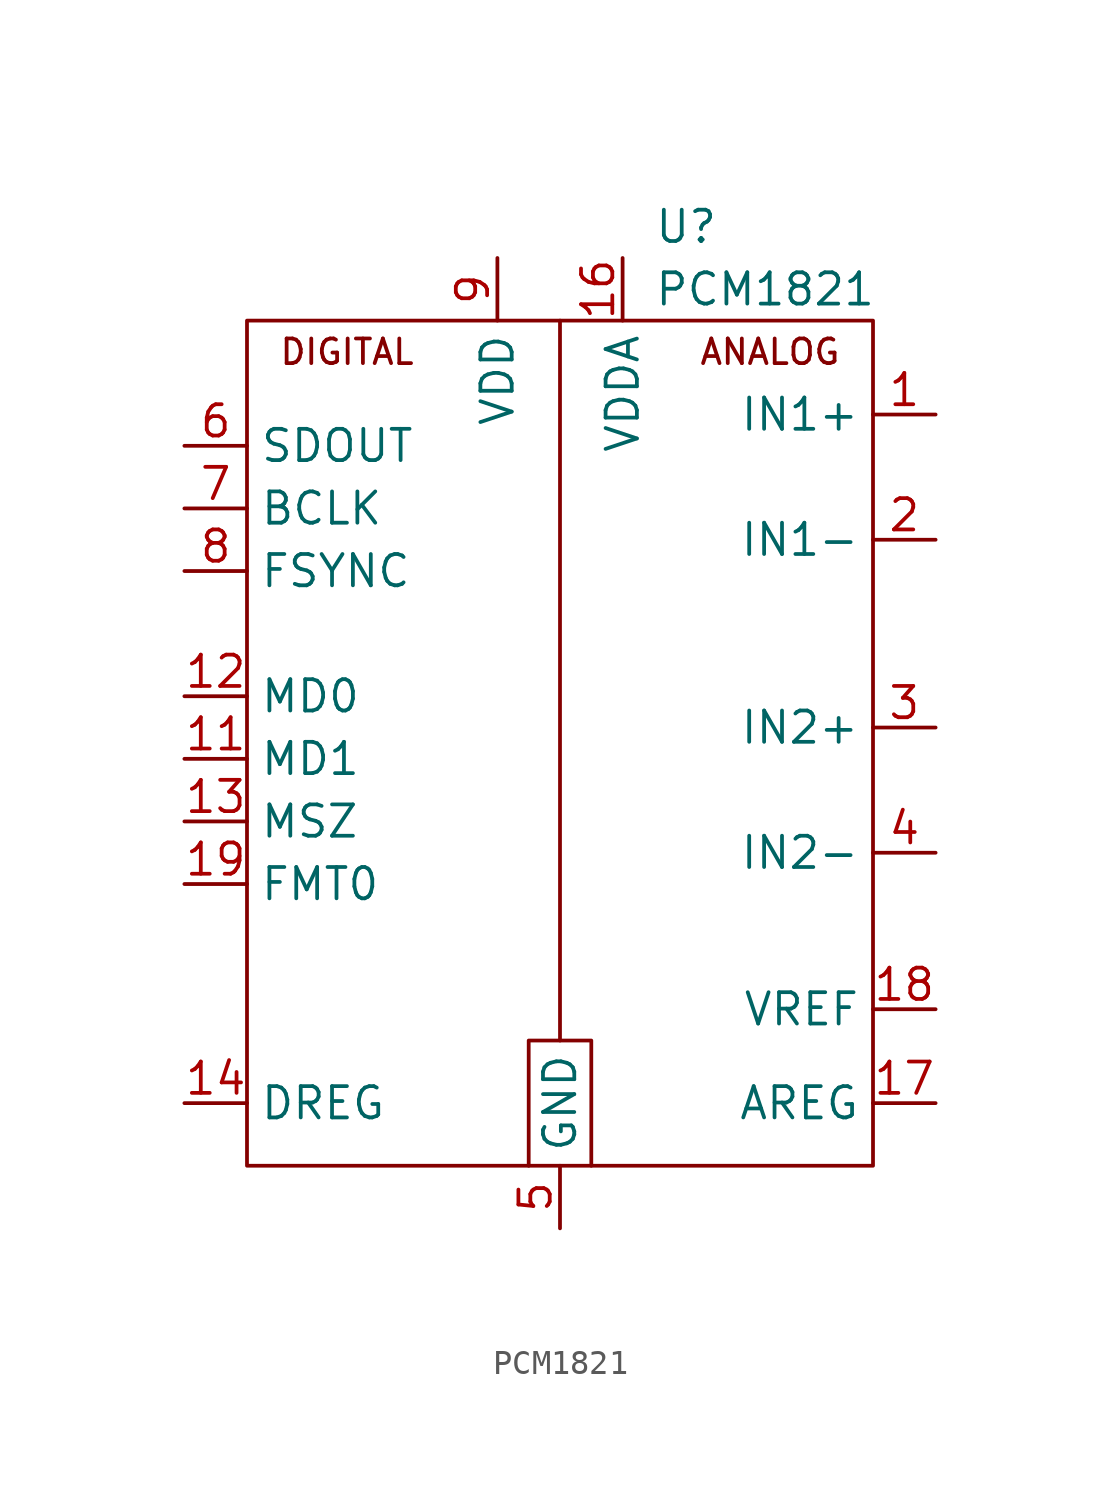
<source format=kicad_sym>
(kicad_symbol_lib
  (version 20220914)
  (generator kicad_symbol_editor)
  (symbol "PCM1821"
    (property "Reference" "U"
      (at 16.51 3.81 0)
      (effects (font (size 1.27 1.27)) (justify left)))
    (property "Value" "PCM1821"
      (at 16.51 1.27 0)
      (effects (font (size 1.27 1.27)) (justify left)))
    (symbol "PCM1821_0_0"
      (pin input line (at 27.94 -3.81 180) (length 2.54) (name "IN1+" (effects (font (size 1.27 1.27)))) (number "1" (effects (font (size 1.27 1.27)))))
      (pin power_in line (at 12.7 -36.83 90) (length 2.54) hide (name "GND" (effects (font (size 1.27 1.27)))) (number "10" (effects (font (size 1.27 1.27)))))
      (pin input line (at -2.54 -17.78 0) (length 2.54) (name "MD1" (effects (font (size 1.27 1.27)))) (number "11" (effects (font (size 1.27 1.27)))))
      (pin input line (at -2.54 -15.24 0) (length 2.54) (name "MD0" (effects (font (size 1.27 1.27)))) (number "12" (effects (font (size 1.27 1.27)))))
      (pin input line (at -2.54 -20.32 0) (length 2.54) (name "MSZ" (effects (font (size 1.27 1.27)))) (number "13" (effects (font (size 1.27 1.27)))))
      (pin power_out line (at -2.54 -31.75 0) (length 2.54) (name "DREG" (effects (font (size 1.27 1.27)))) (number "14" (effects (font (size 1.27 1.27)))))
      (pin power_in line (at 12.7 -36.83 90) (length 2.54) hide (name "GND" (effects (font (size 1.27 1.27)))) (number "15" (effects (font (size 1.27 1.27)))))
      (pin power_in line (at 15.24 2.54 270) (length 2.54) (name "VDDA" (effects (font (size 1.27 1.27)))) (number "16" (effects (font (size 1.27 1.27)))))
      (pin power_out line (at 27.94 -31.75 180) (length 2.54) (name "AREG" (effects (font (size 1.27 1.27)))) (number "17" (effects (font (size 1.27 1.27)))))
      (pin input line (at 27.94 -27.94 180) (length 2.54) (name "VREF" (effects (font (size 1.27 1.27)))) (number "18" (effects (font (size 1.27 1.27)))))
      (pin input line (at -2.54 -22.86 0) (length 2.54) (name "FMT0" (effects (font (size 1.27 1.27)))) (number "19" (effects (font (size 1.27 1.27)))))
      (pin input line (at 27.94 -8.89 180) (length 2.54) (name "IN1-" (effects (font (size 1.27 1.27)))) (number "2" (effects (font (size 1.27 1.27)))))
      (pin power_in line (at 12.7 -36.83 90) (length 2.54) hide (name "GND" (effects (font (size 1.27 1.27)))) (number "20" (effects (font (size 1.27 1.27)))))
      (pin power_in line (at 12.7 -36.83 90) (length 2.54) hide (name "GND" (effects (font (size 1.27 1.27)))) (number "21" (effects (font (size 1.27 1.27)))))
      (pin input line (at 27.94 -16.51 180) (length 2.54) (name "IN2+" (effects (font (size 1.27 1.27)))) (number "3" (effects (font (size 1.27 1.27)))))
      (pin input line (at 27.94 -21.59 180) (length 2.54) (name "IN2-" (effects (font (size 1.27 1.27)))) (number "4" (effects (font (size 1.27 1.27)))))
      (pin power_in line (at 12.7 -36.83 90) (length 2.54) (name "GND" (effects (font (size 1.27 1.27)))) (number "5" (effects (font (size 1.27 1.27)))))
      (pin output line (at -2.54 -5.08 0) (length 2.54) (name "SDOUT" (effects (font (size 1.27 1.27)))) (number "6" (effects (font (size 1.27 1.27)))))
      (pin bidirectional line (at -2.54 -7.62 0) (length 2.54) (name "BCLK" (effects (font (size 1.27 1.27)))) (number "7" (effects (font (size 1.27 1.27)))))
      (pin bidirectional line (at -2.54 -10.16 0) (length 2.54) (name "FSYNC" (effects (font (size 1.27 1.27)))) (number "8" (effects (font (size 1.27 1.27)))))
      (pin power_in line (at 10.16 2.54 270) (length 2.54) (name "VDD" (effects (font (size 1.27 1.27)))) (number "9" (effects (font (size 1.27 1.27))))))
    (symbol "PCM1821_0_1"
      (polyline (pts (xy 12.7 -29.21) (xy 11.43 -29.21) (xy 11.43 -34.29)) (stroke (width 0) (type default)) (fill (type none)))
      (polyline (pts (xy 12.7 0) (xy 12.7 -29.21) (xy 13.97 -29.21) (xy 13.97 -34.29)) (stroke (width 0) (type default)) (fill (type none)))
      (rectangle (start 0 0) (end 25.4 -34.29) (stroke (width 0) (type default)) (fill (type none)))
      (text "ANALOG" (at 24.13 -1.27 0) (effects (font (size 1 1)) (justify right)))
      (text "DIGITAL" (at 1.27 -1.27 0) (effects (font (size 1 1)) (justify left))))))
</source>
